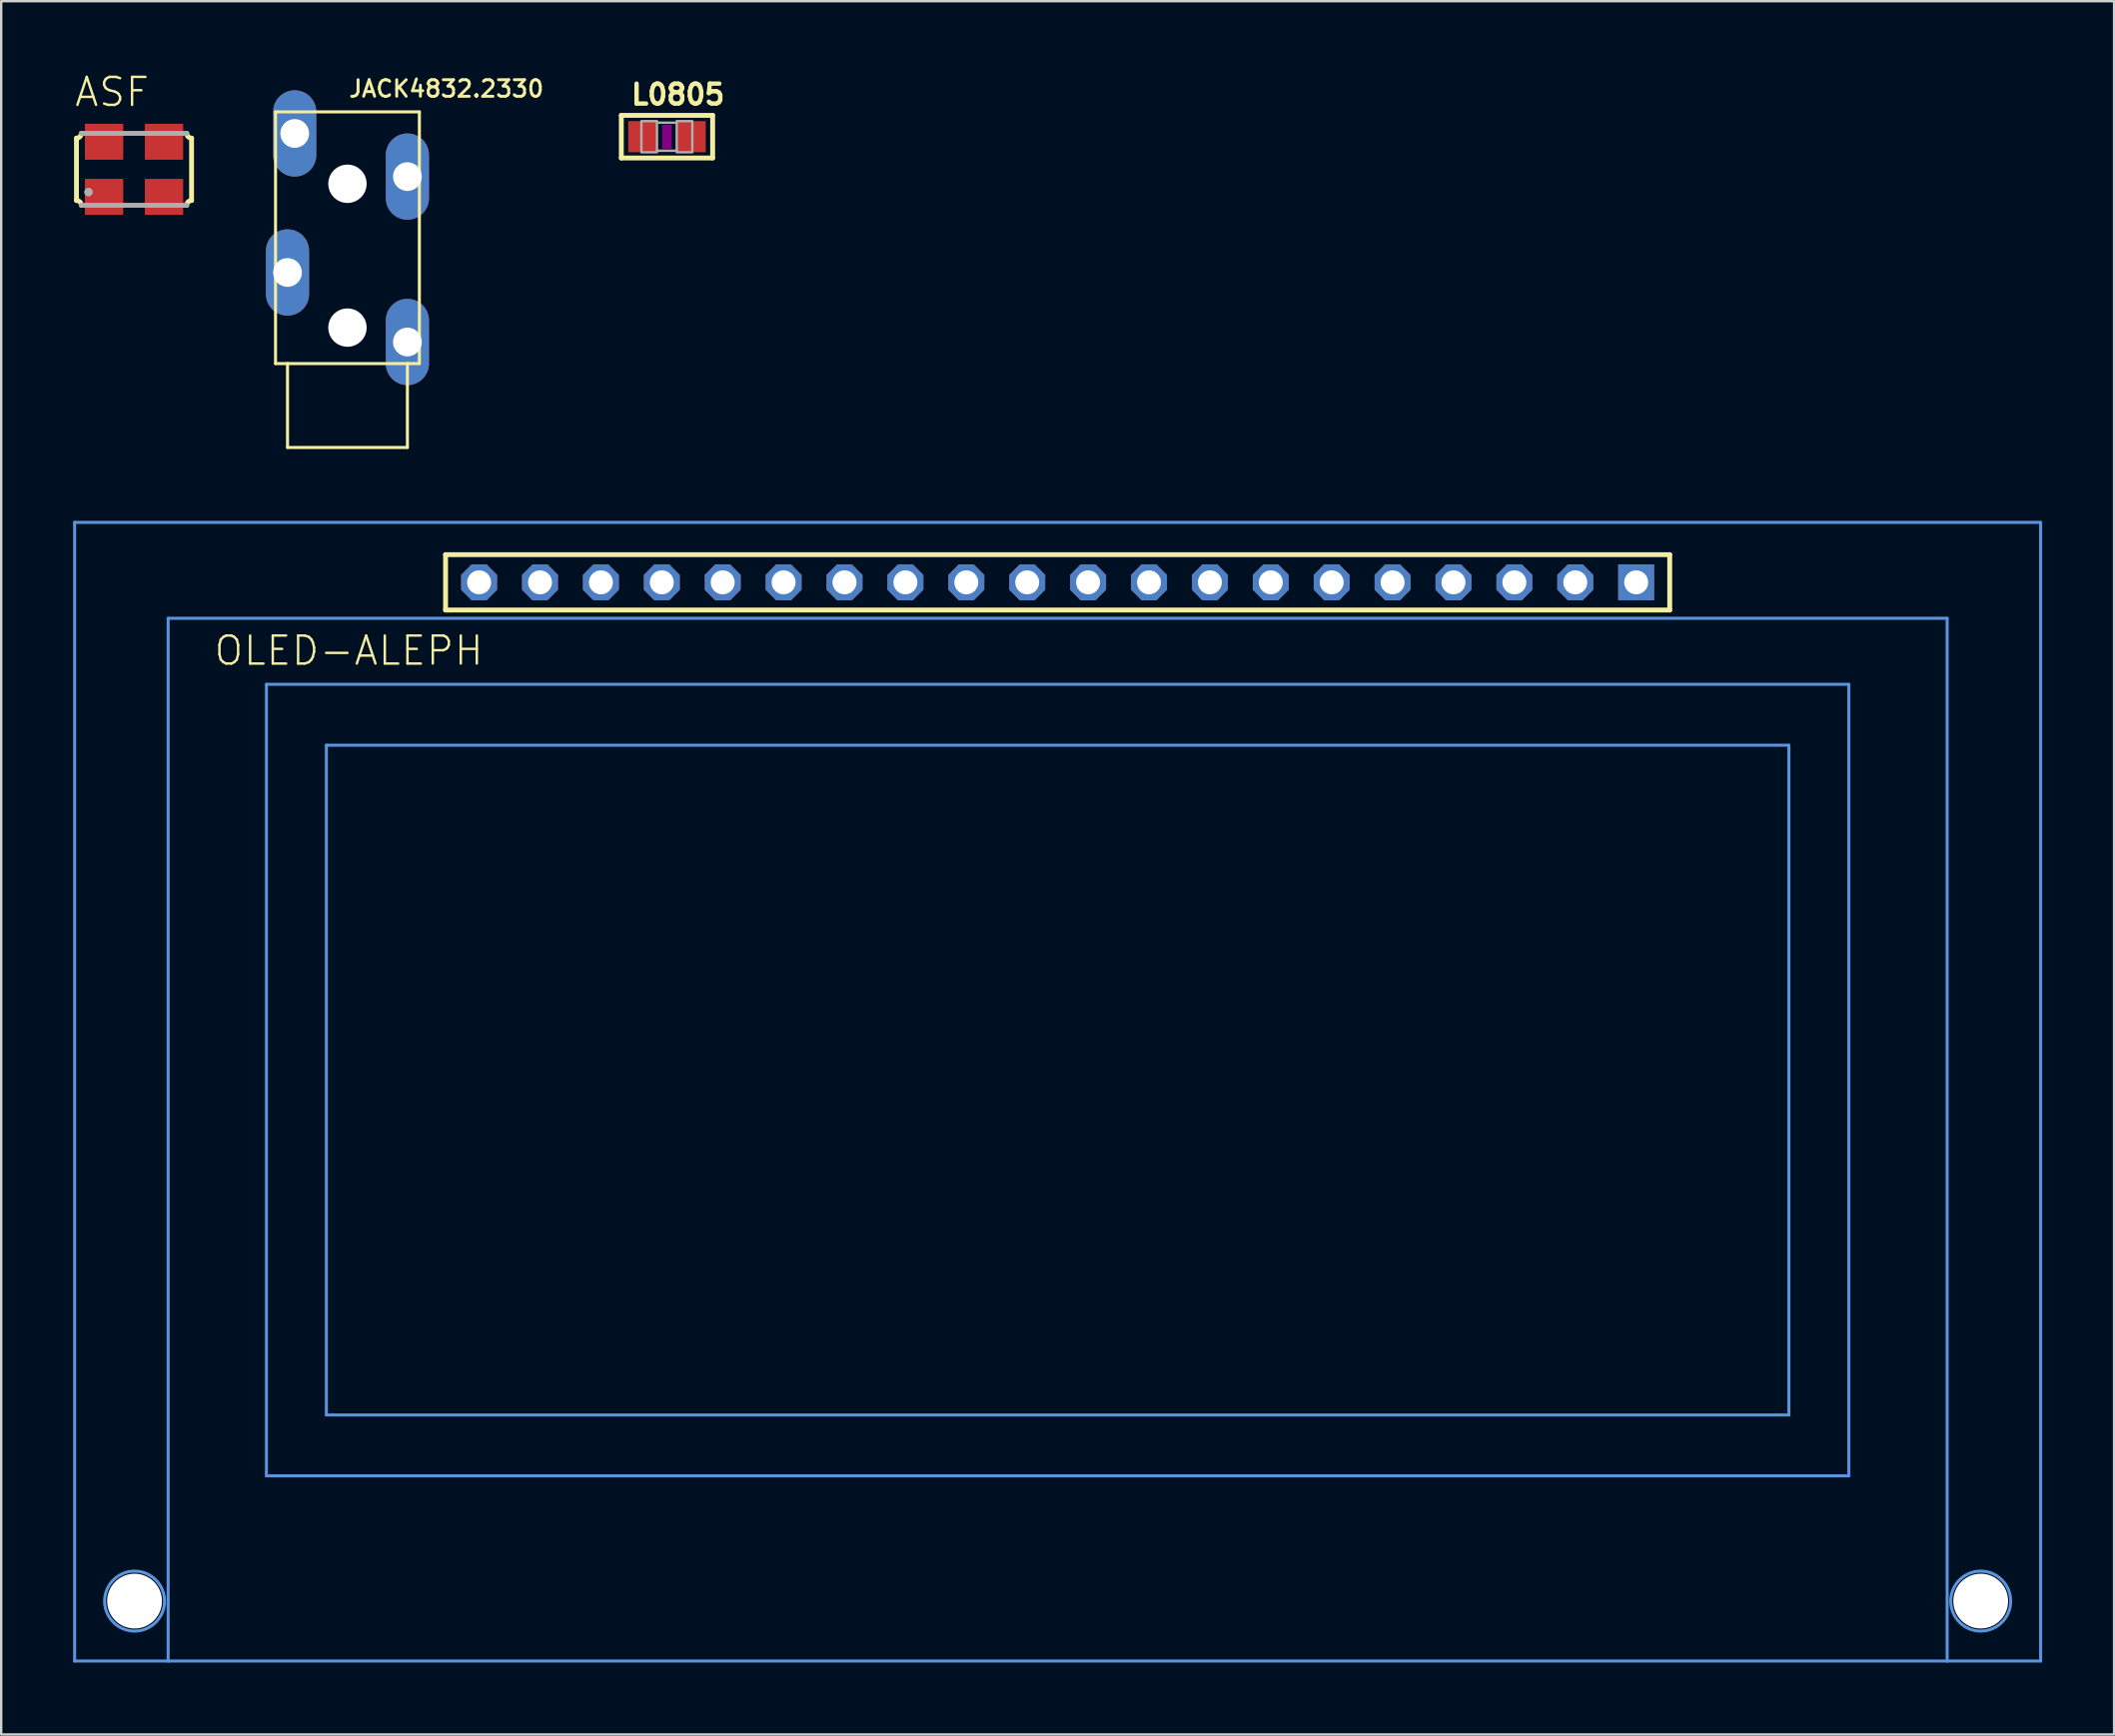
<source format=kicad_pcb>
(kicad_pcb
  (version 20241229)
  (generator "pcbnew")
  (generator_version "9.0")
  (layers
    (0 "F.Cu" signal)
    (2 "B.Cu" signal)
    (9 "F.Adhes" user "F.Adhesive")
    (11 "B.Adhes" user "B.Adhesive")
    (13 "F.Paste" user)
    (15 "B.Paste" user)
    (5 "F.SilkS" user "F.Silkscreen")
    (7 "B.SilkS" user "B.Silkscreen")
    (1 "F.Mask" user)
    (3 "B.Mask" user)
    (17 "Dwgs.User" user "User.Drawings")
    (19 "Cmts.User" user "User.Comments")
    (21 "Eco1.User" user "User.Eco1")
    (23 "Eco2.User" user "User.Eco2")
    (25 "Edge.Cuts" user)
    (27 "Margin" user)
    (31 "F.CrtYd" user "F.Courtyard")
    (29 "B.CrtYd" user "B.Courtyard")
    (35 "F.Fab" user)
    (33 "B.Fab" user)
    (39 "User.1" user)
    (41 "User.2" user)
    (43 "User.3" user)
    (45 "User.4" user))
  (footprint "OLED-ALEPH"
    (layer "F.Cu")
    (at 41.063 42.494)
    (property "Reference" "OLED-ALEPH" (at -35.25 -17.715 0) (layer "F.SilkS") (effects (font (size 1.168 1.168) (thickness 0.102)) (justify left bottom)))
    (fp_line (start -25.529 -22.405) (end 25.529 -22.405) (stroke (width 0.203) (type solid)) (layer "F.SilkS"))
    (fp_line (start -25.529 -20.095) (end -25.529 -22.405) (stroke (width 0.203) (type solid)) (layer "F.SilkS"))
    (fp_line (start 25.529 -22.405) (end 25.529 -20.095) (stroke (width 0.203) (type solid)) (layer "F.SilkS"))
    (fp_line (start 25.529 -20.095) (end -25.529 -20.095) (stroke (width 0.203) (type solid)) (layer "F.SilkS"))
    (fp_line (start -41 -23.75) (end -41 23.75) (stroke (width 0.127) (type solid)) (layer "Cmts.User"))
    (fp_line (start -37.1 -19.75) (end -37.1 23.75) (stroke (width 0.127) (type solid)) (layer "Cmts.User"))
    (fp_line (start -37.1 23.75) (end -41 23.75) (stroke (width 0.127) (type solid)) (layer "Cmts.User"))
    (fp_line (start -33 -16.996) (end 33 -16.996) (stroke (width 0.127) (type solid)) (layer "Cmts.User"))
    (fp_line (start -33 16.024) (end -33 -16.996) (stroke (width 0.127) (type solid)) (layer "Cmts.User"))
    (fp_line (start -30.5 -14.456) (end 30.5 -14.456) (stroke (width 0.127) (type solid)) (layer "Cmts.User"))
    (fp_line (start -30.5 13.484) (end -30.5 -14.456) (stroke (width 0.127) (type solid)) (layer "Cmts.User"))
    (fp_line (start 30.5 -14.456) (end 30.5 13.484) (stroke (width 0.127) (type solid)) (layer "Cmts.User"))
    (fp_line (start 30.5 13.484) (end -30.5 13.484) (stroke (width 0.127) (type solid)) (layer "Cmts.User"))
    (fp_line (start 33 -16.996) (end 33 16.024) (stroke (width 0.127) (type solid)) (layer "Cmts.User"))
    (fp_line (start 33 16.024) (end -33 16.024) (stroke (width 0.127) (type solid)) (layer "Cmts.User"))
    (fp_line (start 37.1 -19.75) (end -37.1 -19.75) (stroke (width 0.127) (type solid)) (layer "Cmts.User"))
    (fp_line (start 37.1 23.75) (end -37.1 23.75) (stroke (width 0.127) (type solid)) (layer "Cmts.User"))
    (fp_line (start 37.1 23.75) (end 37.1 -19.75) (stroke (width 0.127) (type solid)) (layer "Cmts.User"))
    (fp_line (start 41 -23.75) (end -41 -23.75) (stroke (width 0.127) (type solid)) (layer "Cmts.User"))
    (fp_line (start 41 -23.75) (end 41 23.75) (stroke (width 0.127) (type solid)) (layer "Cmts.User"))
    (fp_line (start 41 23.75) (end 37.1 23.75) (stroke (width 0.127) (type solid)) (layer "Cmts.User"))
    (fp_circle (center -38.5 21.25) (end -37.25 21.25) (stroke (width 0.127) (type solid)) (fill no) (layer "Cmts.User"))
    (fp_circle (center 38.5 21.25) (end 39.75 21.25) (stroke (width 0.127) (type solid)) (fill no) (layer "Cmts.User"))
    (pad "" np_thru_hole circle (at -38.5 21.25) (size 2.286 2.286) (drill 2.286) (layers "*.Cu" "*.Mask"))
    (pad "" np_thru_hole circle (at 38.5 21.25) (size 2.286 2.286) (drill 2.286) (layers "*.Cu" "*.Mask"))
    (pad "1" thru_hole rect (at 24.13 -21.25 180) (size 1.5 1.5) (drill 1) (layers "*.Cu" "*.Mask"))
    (pad "2" thru_hole roundrect (at 21.59 -21.25 180) (size 1.5 1.5) (drill 1) (layers "*.Cu" "*.Mask") (roundrect_rratio 0.25) (chamfer_ratio 0.293) (chamfer top_left top_right bottom_left bottom_right))
    (pad "3" thru_hole roundrect (at 19.05 -21.25 180) (size 1.5 1.5) (drill 1) (layers "*.Cu" "*.Mask") (roundrect_rratio 0.25) (chamfer_ratio 0.293) (chamfer top_left top_right bottom_left bottom_right))
    (pad "4" thru_hole roundrect (at 16.51 -21.25 180) (size 1.5 1.5) (drill 1) (layers "*.Cu" "*.Mask") (roundrect_rratio 0.25) (chamfer_ratio 0.293) (chamfer top_left top_right bottom_left bottom_right))
    (pad "5" thru_hole roundrect (at 13.97 -21.25 180) (size 1.5 1.5) (drill 1) (layers "*.Cu" "*.Mask") (roundrect_rratio 0.25) (chamfer_ratio 0.293) (chamfer top_left top_right bottom_left bottom_right))
    (pad "6" thru_hole roundrect (at 11.43 -21.25 180) (size 1.5 1.5) (drill 1) (layers "*.Cu" "*.Mask") (roundrect_rratio 0.25) (chamfer_ratio 0.293) (chamfer top_left top_right bottom_left bottom_right))
    (pad "7" thru_hole roundrect (at 8.89 -21.25 180) (size 1.5 1.5) (drill 1) (layers "*.Cu" "*.Mask") (roundrect_rratio 0.25) (chamfer_ratio 0.293) (chamfer top_left top_right bottom_left bottom_right))
    (pad "8" thru_hole roundrect (at 6.35 -21.25 180) (size 1.5 1.5) (drill 1) (layers "*.Cu" "*.Mask") (roundrect_rratio 0.25) (chamfer_ratio 0.293) (chamfer top_left top_right bottom_left bottom_right))
    (pad "9" thru_hole roundrect (at 3.81 -21.25 180) (size 1.5 1.5) (drill 1) (layers "*.Cu" "*.Mask") (roundrect_rratio 0.25) (chamfer_ratio 0.293) (chamfer top_left top_right bottom_left bottom_right))
    (pad "10" thru_hole roundrect (at 1.27 -21.25 180) (size 1.5 1.5) (drill 1) (layers "*.Cu" "*.Mask") (roundrect_rratio 0.25) (chamfer_ratio 0.293) (chamfer top_left top_right bottom_left bottom_right))
    (pad "11" thru_hole roundrect (at -1.27 -21.25 180) (size 1.5 1.5) (drill 1) (layers "*.Cu" "*.Mask") (roundrect_rratio 0.25) (chamfer_ratio 0.293) (chamfer top_left top_right bottom_left bottom_right))
    (pad "12" thru_hole roundrect (at -3.81 -21.25 180) (size 1.5 1.5) (drill 1) (layers "*.Cu" "*.Mask") (roundrect_rratio 0.25) (chamfer_ratio 0.293) (chamfer top_left top_right bottom_left bottom_right))
    (pad "13" thru_hole roundrect (at -6.35 -21.25 180) (size 1.5 1.5) (drill 1) (layers "*.Cu" "*.Mask") (roundrect_rratio 0.25) (chamfer_ratio 0.293) (chamfer top_left top_right bottom_left bottom_right))
    (pad "14" thru_hole roundrect (at -8.89 -21.25 180) (size 1.5 1.5) (drill 1) (layers "*.Cu" "*.Mask") (roundrect_rratio 0.25) (chamfer_ratio 0.293) (chamfer top_left top_right bottom_left bottom_right))
    (pad "15" thru_hole roundrect (at -11.43 -21.25 180) (size 1.5 1.5) (drill 1) (layers "*.Cu" "*.Mask") (roundrect_rratio 0.25) (chamfer_ratio 0.293) (chamfer top_left top_right bottom_left bottom_right))
    (pad "16" thru_hole roundrect (at -13.97 -21.25 180) (size 1.5 1.5) (drill 1) (layers "*.Cu" "*.Mask") (roundrect_rratio 0.25) (chamfer_ratio 0.293) (chamfer top_left top_right bottom_left bottom_right))
    (pad "17" thru_hole roundrect (at -16.51 -21.25 180) (size 1.5 1.5) (drill 1) (layers "*.Cu" "*.Mask") (roundrect_rratio 0.25) (chamfer_ratio 0.293) (chamfer top_left top_right bottom_left bottom_right))
    (pad "18" thru_hole roundrect (at -19.05 -21.25 180) (size 1.5 1.5) (drill 1) (layers "*.Cu" "*.Mask") (roundrect_rratio 0.25) (chamfer_ratio 0.293) (chamfer top_left top_right bottom_left bottom_right))
    (pad "19" thru_hole roundrect (at -21.59 -21.25 180) (size 1.5 1.5) (drill 1) (layers "*.Cu" "*.Mask") (roundrect_rratio 0.25) (chamfer_ratio 0.293) (chamfer top_left top_right bottom_left bottom_right))
    (pad "20" thru_hole roundrect (at -24.13 -21.25 180) (size 1.5 1.5) (drill 1) (layers "*.Cu" "*.Mask") (roundrect_rratio 0.25) (chamfer_ratio 0.293) (chamfer top_left top_right bottom_left bottom_right)))
  (footprint "L0805"
    (layer "F.Cu")
    (at 24.769 2.652)
    (property "Reference" "L0805" (at -1.587 -1.27 0) (layer "F.SilkS") (effects (font (size 0.833 0.833) (thickness 0.183)) (justify left bottom)))
    (fp_line (start -1.905 -0.889) (end 1.905 -0.889) (stroke (width 0.203) (type solid)) (layer "F.SilkS"))
    (fp_line (start -1.905 0.889) (end -1.905 -0.889) (stroke (width 0.203) (type solid)) (layer "F.SilkS"))
    (fp_line (start 1.905 -0.889) (end 1.905 0.889) (stroke (width 0.203) (type solid)) (layer "F.SilkS"))
    (fp_line (start 1.905 0.889) (end -1.905 0.889) (stroke (width 0.203) (type solid)) (layer "F.SilkS"))
    (fp_poly (pts (xy -0.2 0.5) (xy 0.2 0.5) (xy 0.2 -0.5) (xy -0.2 -0.5)) (stroke (width 0) (type solid)) (fill yes) (layer "F.Adhes"))
    (fp_line (start -0.41 -0.585) (end 0.41 -0.585) (stroke (width 0.102) (type solid)) (layer "F.Fab"))
    (fp_line (start -0.41 0.585) (end 0.41 0.585) (stroke (width 0.102) (type solid)) (layer "F.Fab"))
    (fp_poly (pts (xy -1.067 0.65) (xy -0.417 0.65) (xy -0.417 -0.65) (xy -1.067 -0.65)) (stroke (width 0.1) (type solid)) (fill no) (layer "F.Fab"))
    (fp_poly (pts (xy 0.406 0.65) (xy 1.056 0.65) (xy 1.056 -0.65) (xy 0.406 -0.65)) (stroke (width 0.1) (type solid)) (fill no) (layer "F.Fab"))
    (pad "1" smd rect (at -1.016 0) (size 1.2 1.3) (layers "F.Cu" "F.Mask" "F.Paste"))
    (pad "2" smd rect (at 1.016 0) (size 1.2 1.3) (layers "F.Cu" "F.Mask" "F.Paste")))
  (footprint "JACK4832.2330"
    (layer "F.Cu")
    (at 11.442 11.217)
    (property "Reference" "JACK4832.2330" (at 0 -10.16 0) (layer "F.SilkS") (effects (font (size 0.691 0.691) (thickness 0.122)) (justify left bottom)))
    (fp_line (start -3 -9.6) (end 3 -9.6) (stroke (width 0.127) (type solid)) (layer "F.SilkS"))
    (fp_line (start -3 0.9) (end -3 -9.6) (stroke (width 0.127) (type solid)) (layer "F.SilkS"))
    (fp_line (start -2.5 0.9) (end -3 0.9) (stroke (width 0.127) (type solid)) (layer "F.SilkS"))
    (fp_line (start -2.5 4.4) (end -2.5 0.9) (stroke (width 0.127) (type solid)) (layer "F.SilkS"))
    (fp_line (start 2.5 0.9) (end -2.5 0.9) (stroke (width 0.127) (type solid)) (layer "F.SilkS"))
    (fp_line (start 2.5 0.9) (end 2.5 4.4) (stroke (width 0.127) (type solid)) (layer "F.SilkS"))
    (fp_line (start 2.5 4.4) (end -2.5 4.4) (stroke (width 0.127) (type solid)) (layer "F.SilkS"))
    (fp_line (start 3 -9.6) (end 3 0.9) (stroke (width 0.127) (type solid)) (layer "F.SilkS"))
    (fp_line (start 3 0.9) (end 2.5 0.9) (stroke (width 0.127) (type solid)) (layer "F.SilkS"))
    (pad "" np_thru_hole circle (at 0 -6.6) (size 1.6 1.6) (drill 1.6) (layers "*.Cu" "*.Mask"))
    (pad "" np_thru_hole circle (at 0 -0.6) (size 1.6 1.6) (drill 1.6) (layers "*.Cu" "*.Mask"))
    (pad "R" thru_hole oval (at -2.5 -2.9 90) (size 3.6 1.8) (drill 1.2) (layers "*.Cu" "*.Mask"))
    (pad "S" thru_hole oval (at 2.5 0 90) (size 3.6 1.8) (drill 1.2) (layers "*.Cu" "*.Mask"))
    (pad "SW" thru_hole oval (at -2.2 -8.7 90) (size 3.6 1.8) (drill 1.2) (layers "*.Cu" "*.Mask"))
    (pad "T" thru_hole oval (at 2.5 -6.9 90) (size 3.6 1.8) (drill 1.2) (layers "*.Cu" "*.Mask")))
  (footprint "ASF"
    (layer "F.Cu")
    (at 2.54 4.013)
    (property "Reference" "ASF" (at -2.54 -2.54 0) (layer "F.SilkS") (effects (font (size 1.168 1.168) (thickness 0.102)) (justify left bottom)))
    (fp_line (start -2.4 1.3) (end -2.4 -1.3) (stroke (width 0.203) (type solid)) (layer "F.SilkS"))
    (fp_line (start 2.4 -1.3) (end 2.4 1.3) (stroke (width 0.203) (type solid)) (layer "F.SilkS"))
    (fp_arc (start -2.4 1.3) (mid -2.258579 1.358579) (end -2.2 1.5) (stroke (width 0.2032) (type solid)) (layer "F.SilkS"))
    (fp_arc (start -2.2 -1.5) (mid -2.258579 -1.358579) (end -2.4 -1.3) (stroke (width 0.2032) (type solid)) (layer "F.SilkS"))
    (fp_arc (start 2.2 1.5) (mid 2.258579 1.358579) (end 2.4 1.3) (stroke (width 0.2032) (type solid)) (layer "F.SilkS"))
    (fp_arc (start 2.4 -1.3) (mid 2.258579 -1.358579) (end 2.2 -1.5) (stroke (width 0.2032) (type solid)) (layer "F.SilkS"))
    (fp_line (start -2.2 -1.5) (end 2.2 -1.5) (stroke (width 0.203) (type solid)) (layer "F.Fab"))
    (fp_line (start 2.2 1.5) (end -2.2 1.5) (stroke (width 0.203) (type solid)) (layer "F.Fab"))
    (fp_circle (center -1.9 0.95) (end -1.81 0.95) (stroke (width 0.18) (type solid)) (fill no) (layer "F.Fab"))
    (pad "1" smd rect (at -1.25 1.15) (size 1.6 1.5) (layers "F.Cu" "F.Mask" "F.Paste"))
    (pad "2" smd rect (at 1.25 1.15) (size 1.6 1.5) (layers "F.Cu" "F.Mask" "F.Paste"))
    (pad "3" smd rect (at 1.25 -1.15 180) (size 1.6 1.5) (layers "F.Cu" "F.Mask" "F.Paste"))
    (pad "4" smd rect (at -1.25 -1.15 180) (size 1.6 1.5) (layers "F.Cu" "F.Mask" "F.Paste")))
  (gr_rect
    (start -3 -3)
    (end 85.127 69.307)
    (stroke (width 0.1) (type default))
    (fill no)
    (layer "Edge.Cuts")))
</source>
